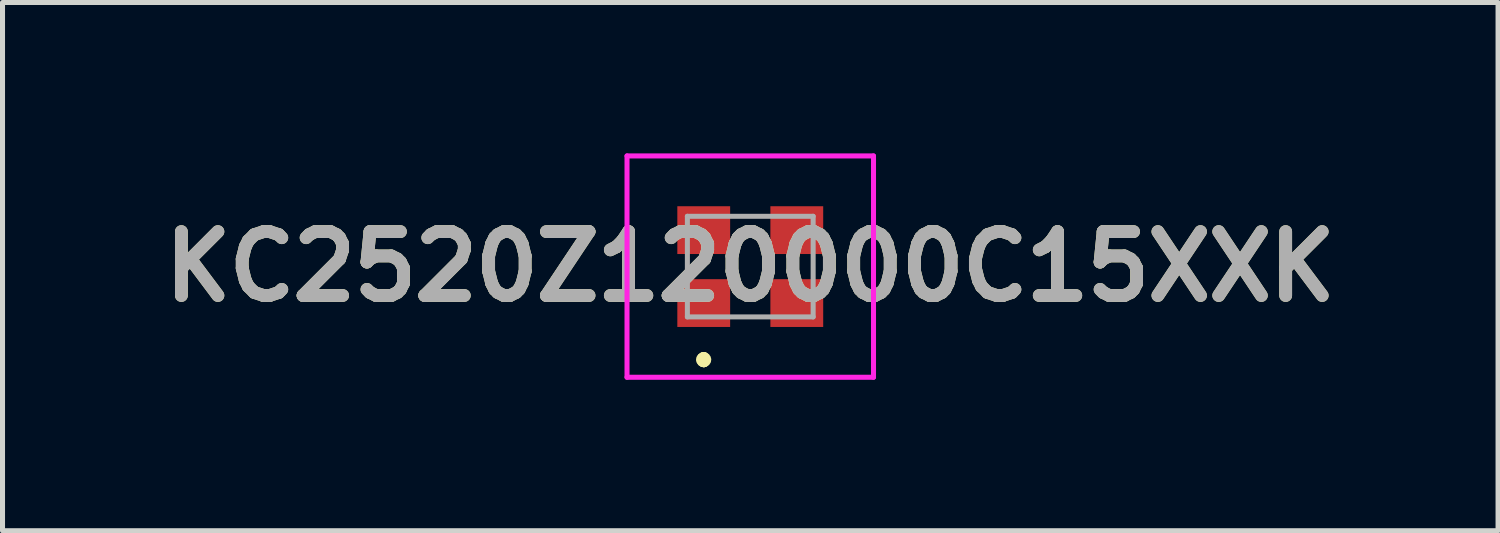
<source format=kicad_pcb>
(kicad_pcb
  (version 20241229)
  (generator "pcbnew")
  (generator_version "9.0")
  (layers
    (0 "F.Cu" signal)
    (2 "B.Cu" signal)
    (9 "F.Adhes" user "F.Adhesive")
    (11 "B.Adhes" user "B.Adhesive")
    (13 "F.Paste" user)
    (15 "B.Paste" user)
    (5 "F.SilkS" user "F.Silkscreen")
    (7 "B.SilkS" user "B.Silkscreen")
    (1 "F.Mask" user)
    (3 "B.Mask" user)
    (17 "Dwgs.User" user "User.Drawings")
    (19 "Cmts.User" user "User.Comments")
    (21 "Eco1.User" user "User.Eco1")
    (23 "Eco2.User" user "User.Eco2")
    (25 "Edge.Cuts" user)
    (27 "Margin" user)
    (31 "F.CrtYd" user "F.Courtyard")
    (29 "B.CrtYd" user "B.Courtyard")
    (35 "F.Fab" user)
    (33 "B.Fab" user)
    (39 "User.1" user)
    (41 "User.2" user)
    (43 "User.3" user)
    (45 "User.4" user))
  (footprint "KC2520Z120000C15XXK"
    (layer "F.Cu")
    (at 11.865 2.25)
    (property "Reference" "KC2520Z120000C15XXK" (at 0 0 0) (layer "F.SilkS") (effects (font (size 1.27 1.27) (thickness 0.254))))
    (attr smd)
    (fp_line (start -0.925 1.8) (end -0.925 1.8) (stroke (width 0.2) (type solid)) (layer "F.SilkS"))
    (fp_line (start -0.925 1.8) (end -0.925 1.8) (stroke (width 0.2) (type solid)) (layer "F.SilkS"))
    (fp_line (start -0.925 1.9) (end -0.925 1.9) (stroke (width 0.2) (type solid)) (layer "F.SilkS"))
    (fp_arc (start -0.925 1.8) (mid -0.875 1.85) (end -0.925 1.9) (stroke (width 0.2) (type solid)) (layer "F.SilkS"))
    (fp_arc (start -0.925 1.9) (mid -0.975 1.85) (end -0.925 1.8) (stroke (width 0.2) (type solid)) (layer "F.SilkS"))
    (fp_arc (start -0.925 1.9) (mid -0.975 1.85) (end -0.925 1.8) (stroke (width 0.2) (type solid)) (layer "F.SilkS"))
    (fp_line (start -2.45 -2.2) (end 2.45 -2.2) (stroke (width 0.1) (type solid)) (layer "F.CrtYd"))
    (fp_line (start -2.45 2.2) (end -2.45 -2.2) (stroke (width 0.1) (type solid)) (layer "F.CrtYd"))
    (fp_line (start 2.45 -2.2) (end 2.45 2.2) (stroke (width 0.1) (type solid)) (layer "F.CrtYd"))
    (fp_line (start 2.45 2.2) (end -2.45 2.2) (stroke (width 0.1) (type solid)) (layer "F.CrtYd"))
    (fp_line (start -1.25 -1) (end -1.25 1) (stroke (width 0.1) (type solid)) (layer "F.Fab"))
    (fp_line (start -1.25 1) (end 1.25 1) (stroke (width 0.1) (type solid)) (layer "F.Fab"))
    (fp_line (start 1.25 -1) (end -1.25 -1) (stroke (width 0.1) (type solid)) (layer "F.Fab"))
    (fp_line (start 1.25 1) (end 1.25 -1) (stroke (width 0.1) (type solid)) (layer "F.Fab"))
    (fp_text user "${REFERENCE}" (at 0 0 0) (layer "F.Fab") (effects (font (size 1.27 1.27) (thickness 0.254))))
    (pad "1" smd rect (at -0.925 0.725 90) (size 0.95 1.05) (layers "F.Cu" "F.Mask" "F.Paste"))
    (pad "2" smd rect (at 0.925 0.725 90) (size 0.95 1.05) (layers "F.Cu" "F.Mask" "F.Paste"))
    (pad "3" smd rect (at 0.925 -0.725 90) (size 0.95 1.05) (layers "F.Cu" "F.Mask" "F.Paste"))
    (pad "4" smd rect (at -0.925 -0.725 90) (size 0.95 1.05) (layers "F.Cu" "F.Mask" "F.Paste")))
  (gr_rect
    (start -3 -3)
    (end 26.731 7.5)
    (stroke (width 0.1) (type default))
    (fill no)
    (layer "Edge.Cuts")))
</source>
